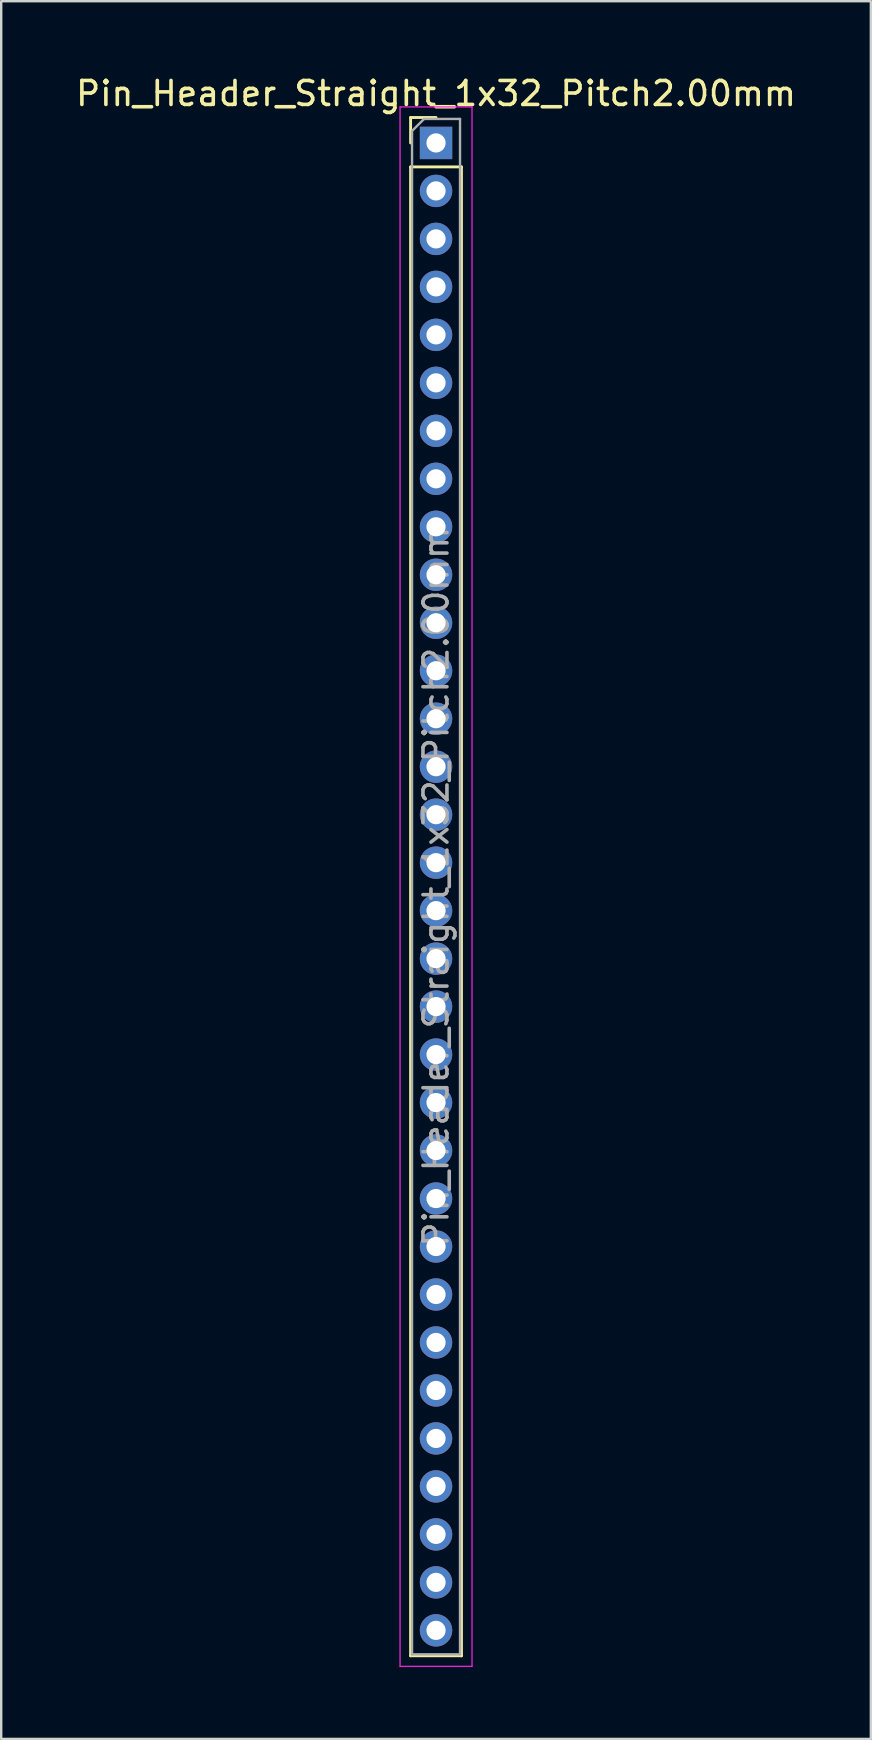
<source format=kicad_pcb>
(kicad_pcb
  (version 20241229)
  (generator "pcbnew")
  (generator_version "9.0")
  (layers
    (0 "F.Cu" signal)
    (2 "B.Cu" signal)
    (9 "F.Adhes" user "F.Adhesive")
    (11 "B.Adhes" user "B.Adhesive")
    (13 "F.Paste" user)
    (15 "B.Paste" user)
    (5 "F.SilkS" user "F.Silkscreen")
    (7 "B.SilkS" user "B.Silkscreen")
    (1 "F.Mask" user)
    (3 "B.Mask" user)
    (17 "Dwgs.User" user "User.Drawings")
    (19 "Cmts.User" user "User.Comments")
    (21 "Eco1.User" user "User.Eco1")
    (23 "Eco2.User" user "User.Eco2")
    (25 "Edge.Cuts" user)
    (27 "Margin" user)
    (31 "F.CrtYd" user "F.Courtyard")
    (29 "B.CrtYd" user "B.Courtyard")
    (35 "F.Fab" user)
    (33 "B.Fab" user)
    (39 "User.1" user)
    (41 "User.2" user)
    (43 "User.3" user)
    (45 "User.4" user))
  (footprint "Pin_Header_Straight_1x32_Pitch2.00mm"
    (layer "F.Cu")
    (at 15.125 2.908)
    (property "Reference" "Pin_Header_Straight_1x32_Pitch2.00mm" (at 0 -2.06 0) (layer "F.SilkS") (effects (font (size 1 1) (thickness 0.15))))
    (attr through_hole)
    (fp_line (start -1.06 -1.06) (end 0 -1.06) (stroke (width 0.12) (type solid)) (layer "F.SilkS"))
    (fp_line (start -1.06 0) (end -1.06 -1.06) (stroke (width 0.12) (type solid)) (layer "F.SilkS"))
    (fp_line (start -1.06 1) (end -1.06 63.06) (stroke (width 0.12) (type solid)) (layer "F.SilkS"))
    (fp_line (start -1.06 63.06) (end 1.06 63.06) (stroke (width 0.12) (type solid)) (layer "F.SilkS"))
    (fp_line (start 1.06 1) (end -1.06 1) (stroke (width 0.12) (type solid)) (layer "F.SilkS"))
    (fp_line (start 1.06 63.06) (end 1.06 1) (stroke (width 0.12) (type solid)) (layer "F.SilkS"))
    (fp_line (start -1.5 -1.5) (end -1.5 63.5) (stroke (width 0.05) (type solid)) (layer "F.CrtYd"))
    (fp_line (start -1.5 63.5) (end 1.5 63.5) (stroke (width 0.05) (type solid)) (layer "F.CrtYd"))
    (fp_line (start 1.5 -1.5) (end -1.5 -1.5) (stroke (width 0.05) (type solid)) (layer "F.CrtYd"))
    (fp_line (start 1.5 63.5) (end 1.5 -1.5) (stroke (width 0.05) (type solid)) (layer "F.CrtYd"))
    (fp_line (start -1 -0.5) (end -0.5 -1) (stroke (width 0.1) (type solid)) (layer "F.Fab"))
    (fp_line (start -1 63) (end -1 -0.5) (stroke (width 0.1) (type solid)) (layer "F.Fab"))
    (fp_line (start -0.5 -1) (end 1 -1) (stroke (width 0.1) (type solid)) (layer "F.Fab"))
    (fp_line (start 1 -1) (end 1 63) (stroke (width 0.1) (type solid)) (layer "F.Fab"))
    (fp_line (start 1 63) (end -1 63) (stroke (width 0.1) (type solid)) (layer "F.Fab"))
    (fp_text user "${REFERENCE}" (at 0 31 90) (layer "F.Fab") (effects (font (size 1 1) (thickness 0.15))))
    (pad "1" thru_hole rect (at 0 0) (size 1.35 1.35) (drill 0.8) (layers "*.Cu" "*.Mask"))
    (pad "2" thru_hole oval (at 0 2) (size 1.35 1.35) (drill 0.8) (layers "*.Cu" "*.Mask"))
    (pad "3" thru_hole oval (at 0 4) (size 1.35 1.35) (drill 0.8) (layers "*.Cu" "*.Mask"))
    (pad "4" thru_hole oval (at 0 6) (size 1.35 1.35) (drill 0.8) (layers "*.Cu" "*.Mask"))
    (pad "5" thru_hole oval (at 0 8) (size 1.35 1.35) (drill 0.8) (layers "*.Cu" "*.Mask"))
    (pad "6" thru_hole oval (at 0 10) (size 1.35 1.35) (drill 0.8) (layers "*.Cu" "*.Mask"))
    (pad "7" thru_hole oval (at 0 12) (size 1.35 1.35) (drill 0.8) (layers "*.Cu" "*.Mask"))
    (pad "8" thru_hole oval (at 0 14) (size 1.35 1.35) (drill 0.8) (layers "*.Cu" "*.Mask"))
    (pad "9" thru_hole oval (at 0 16) (size 1.35 1.35) (drill 0.8) (layers "*.Cu" "*.Mask"))
    (pad "10" thru_hole oval (at 0 18) (size 1.35 1.35) (drill 0.8) (layers "*.Cu" "*.Mask"))
    (pad "11" thru_hole oval (at 0 20) (size 1.35 1.35) (drill 0.8) (layers "*.Cu" "*.Mask"))
    (pad "12" thru_hole oval (at 0 22) (size 1.35 1.35) (drill 0.8) (layers "*.Cu" "*.Mask"))
    (pad "13" thru_hole oval (at 0 24) (size 1.35 1.35) (drill 0.8) (layers "*.Cu" "*.Mask"))
    (pad "14" thru_hole oval (at 0 26) (size 1.35 1.35) (drill 0.8) (layers "*.Cu" "*.Mask"))
    (pad "15" thru_hole oval (at 0 28) (size 1.35 1.35) (drill 0.8) (layers "*.Cu" "*.Mask"))
    (pad "16" thru_hole oval (at 0 30) (size 1.35 1.35) (drill 0.8) (layers "*.Cu" "*.Mask"))
    (pad "17" thru_hole oval (at 0 32) (size 1.35 1.35) (drill 0.8) (layers "*.Cu" "*.Mask"))
    (pad "18" thru_hole oval (at 0 34) (size 1.35 1.35) (drill 0.8) (layers "*.Cu" "*.Mask"))
    (pad "19" thru_hole oval (at 0 36) (size 1.35 1.35) (drill 0.8) (layers "*.Cu" "*.Mask"))
    (pad "20" thru_hole oval (at 0 38) (size 1.35 1.35) (drill 0.8) (layers "*.Cu" "*.Mask"))
    (pad "21" thru_hole oval (at 0 40) (size 1.35 1.35) (drill 0.8) (layers "*.Cu" "*.Mask"))
    (pad "22" thru_hole oval (at 0 42) (size 1.35 1.35) (drill 0.8) (layers "*.Cu" "*.Mask"))
    (pad "23" thru_hole oval (at 0 44) (size 1.35 1.35) (drill 0.8) (layers "*.Cu" "*.Mask"))
    (pad "24" thru_hole oval (at 0 46) (size 1.35 1.35) (drill 0.8) (layers "*.Cu" "*.Mask"))
    (pad "25" thru_hole oval (at 0 48) (size 1.35 1.35) (drill 0.8) (layers "*.Cu" "*.Mask"))
    (pad "26" thru_hole oval (at 0 50) (size 1.35 1.35) (drill 0.8) (layers "*.Cu" "*.Mask"))
    (pad "27" thru_hole oval (at 0 52) (size 1.35 1.35) (drill 0.8) (layers "*.Cu" "*.Mask"))
    (pad "28" thru_hole oval (at 0 54) (size 1.35 1.35) (drill 0.8) (layers "*.Cu" "*.Mask"))
    (pad "29" thru_hole oval (at 0 56) (size 1.35 1.35) (drill 0.8) (layers "*.Cu" "*.Mask"))
    (pad "30" thru_hole oval (at 0 58) (size 1.35 1.35) (drill 0.8) (layers "*.Cu" "*.Mask"))
    (pad "31" thru_hole oval (at 0 60) (size 1.35 1.35) (drill 0.8) (layers "*.Cu" "*.Mask"))
    (pad "32" thru_hole oval (at 0 62) (size 1.35 1.35) (drill 0.8) (layers "*.Cu" "*.Mask")))
  (gr_rect
    (start -3 -3)
    (end 33.25 69.433)
    (stroke (width 0.1) (type default))
    (fill no)
    (layer "Edge.Cuts")))
</source>
